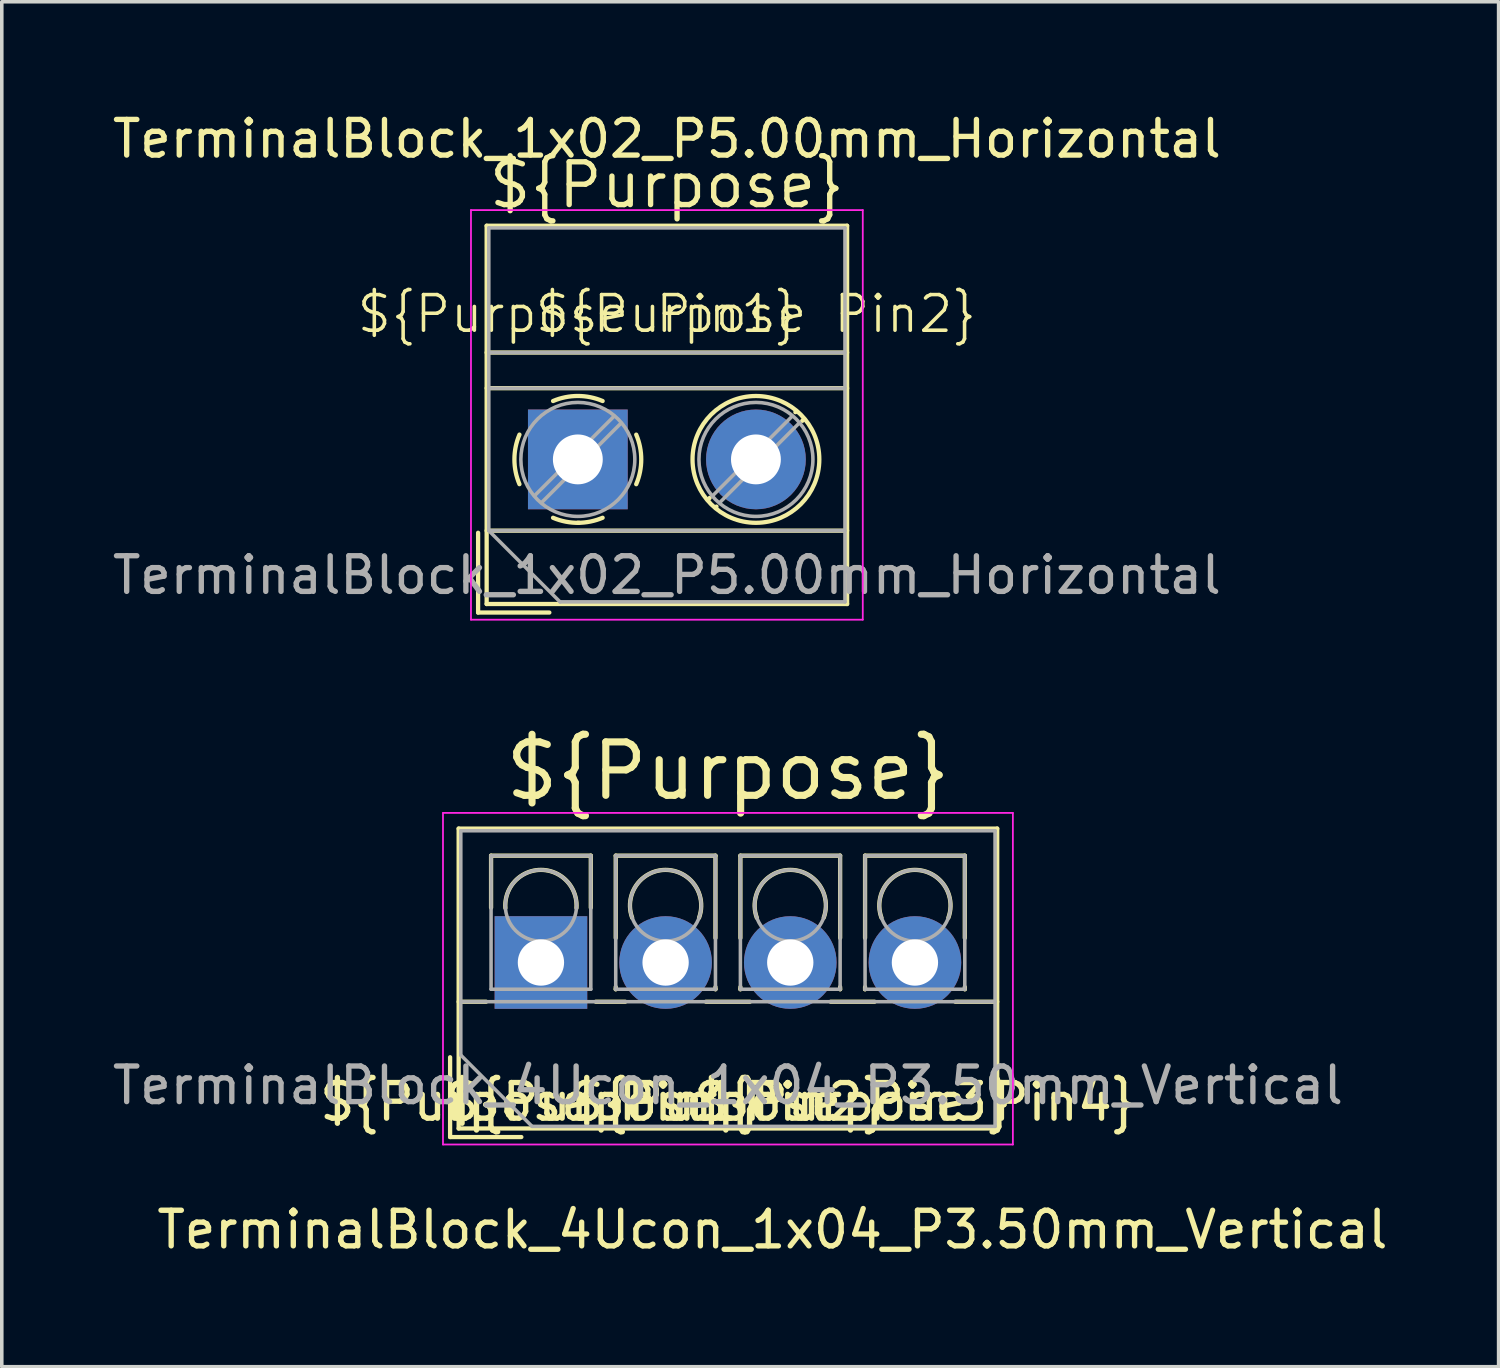
<source format=kicad_pcb>
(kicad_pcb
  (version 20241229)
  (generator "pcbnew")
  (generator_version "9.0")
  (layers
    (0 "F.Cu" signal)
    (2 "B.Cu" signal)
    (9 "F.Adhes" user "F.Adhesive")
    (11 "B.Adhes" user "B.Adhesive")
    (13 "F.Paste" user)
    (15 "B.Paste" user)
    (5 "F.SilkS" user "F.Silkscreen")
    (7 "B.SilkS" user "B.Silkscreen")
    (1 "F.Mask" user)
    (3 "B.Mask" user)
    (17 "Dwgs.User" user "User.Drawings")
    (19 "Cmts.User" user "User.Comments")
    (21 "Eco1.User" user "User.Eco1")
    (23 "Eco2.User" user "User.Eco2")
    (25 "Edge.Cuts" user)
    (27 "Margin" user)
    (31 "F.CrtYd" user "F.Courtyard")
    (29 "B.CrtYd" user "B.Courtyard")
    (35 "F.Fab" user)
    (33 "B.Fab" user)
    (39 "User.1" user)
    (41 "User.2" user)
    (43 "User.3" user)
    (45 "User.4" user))
  (footprint "TerminalBlock_4Ucon_1x04_P3.50mm_Vertical"
    (layer "F.Cu")
    (at 12.137 23.973)
    (property "Reference" "TerminalBlock_4Ucon_1x04_P3.50mm_Vertical" (at 6.5 7.5 0) (layer "F.SilkS") (effects (font (size 1 1) (thickness 0.15))))
    (attr through_hole)
    (fp_line (start -2.55 2.66) (end -2.55 4.9) (stroke (width 0.12) (type solid)) (layer "F.SilkS"))
    (fp_line (start -2.55 4.9) (end -0.55 4.9) (stroke (width 0.12) (type solid)) (layer "F.SilkS"))
    (fp_line (start -2.31 -3.76) (end -2.31 4.66) (stroke (width 0.12) (type solid)) (layer "F.SilkS"))
    (fp_line (start -2.31 -3.76) (end 12.81 -3.76) (stroke (width 0.12) (type solid)) (layer "F.SilkS"))
    (fp_line (start -2.31 1.101) (end -1.54 1.101) (stroke (width 0.12) (type solid)) (layer "F.SilkS"))
    (fp_line (start -2.31 4.66) (end 12.81 4.66) (stroke (width 0.12) (type solid)) (layer "F.SilkS"))
    (fp_line (start -1.4 -3) (end -1.4 -1.54) (stroke (width 0.12) (type solid)) (layer "F.SilkS"))
    (fp_line (start -1.4 -3) (end 1.4 -3) (stroke (width 0.12) (type solid)) (layer "F.SilkS"))
    (fp_line (start 1.4 -3) (end 1.4 -1.54) (stroke (width 0.12) (type solid)) (layer "F.SilkS"))
    (fp_line (start 1.54 1.101) (end 2.367 1.101) (stroke (width 0.12) (type solid)) (layer "F.SilkS"))
    (fp_line (start 2.1 -3) (end 2.1 -0.689) (stroke (width 0.12) (type solid)) (layer "F.SilkS"))
    (fp_line (start 2.1 -3) (end 4.9 -3) (stroke (width 0.12) (type solid)) (layer "F.SilkS"))
    (fp_line (start 2.1 0.689) (end 2.1 0.75) (stroke (width 0.12) (type solid)) (layer "F.SilkS"))
    (fp_line (start 2.1 0.75) (end 2.101 0.75) (stroke (width 0.12) (type solid)) (layer "F.SilkS"))
    (fp_line (start 4.634 1.101) (end 5.867 1.101) (stroke (width 0.12) (type solid)) (layer "F.SilkS"))
    (fp_line (start 4.9 -3) (end 4.9 -0.689) (stroke (width 0.12) (type solid)) (layer "F.SilkS"))
    (fp_line (start 4.9 0.689) (end 4.9 0.75) (stroke (width 0.12) (type solid)) (layer "F.SilkS"))
    (fp_line (start 4.9 0.75) (end 4.9 0.75) (stroke (width 0.12) (type solid)) (layer "F.SilkS"))
    (fp_line (start 5.6 -3) (end 5.6 -0.689) (stroke (width 0.12) (type solid)) (layer "F.SilkS"))
    (fp_line (start 5.6 -3) (end 8.4 -3) (stroke (width 0.12) (type solid)) (layer "F.SilkS"))
    (fp_line (start 5.6 0.689) (end 5.6 0.75) (stroke (width 0.12) (type solid)) (layer "F.SilkS"))
    (fp_line (start 5.6 0.75) (end 5.601 0.75) (stroke (width 0.12) (type solid)) (layer "F.SilkS"))
    (fp_line (start 8.134 1.101) (end 9.367 1.101) (stroke (width 0.12) (type solid)) (layer "F.SilkS"))
    (fp_line (start 8.4 -3) (end 8.4 -0.689) (stroke (width 0.12) (type solid)) (layer "F.SilkS"))
    (fp_line (start 8.4 0.689) (end 8.4 0.75) (stroke (width 0.12) (type solid)) (layer "F.SilkS"))
    (fp_line (start 8.4 0.75) (end 8.4 0.75) (stroke (width 0.12) (type solid)) (layer "F.SilkS"))
    (fp_line (start 9.1 -3) (end 9.1 -0.689) (stroke (width 0.12) (type solid)) (layer "F.SilkS"))
    (fp_line (start 9.1 -3) (end 11.9 -3) (stroke (width 0.12) (type solid)) (layer "F.SilkS"))
    (fp_line (start 9.1 0.689) (end 9.1 0.75) (stroke (width 0.12) (type solid)) (layer "F.SilkS"))
    (fp_line (start 9.1 0.75) (end 9.101 0.75) (stroke (width 0.12) (type solid)) (layer "F.SilkS"))
    (fp_line (start 11.634 1.101) (end 12.81 1.101) (stroke (width 0.12) (type solid)) (layer "F.SilkS"))
    (fp_line (start 11.9 -3) (end 11.9 -0.689) (stroke (width 0.12) (type solid)) (layer "F.SilkS"))
    (fp_line (start 11.9 0.689) (end 11.9 0.75) (stroke (width 0.12) (type solid)) (layer "F.SilkS"))
    (fp_line (start 11.9 0.75) (end 11.9 0.75) (stroke (width 0.12) (type solid)) (layer "F.SilkS"))
    (fp_line (start 12.81 -3.76) (end 12.81 4.66) (stroke (width 0.12) (type solid)) (layer "F.SilkS"))
    (fp_arc (start -0.99789 -1.529434) (mid -0.000785 -2.600382) (end 0.998 -1.531) (stroke (width 0.12) (type solid)) (layer "F.SilkS"))
    (fp_arc (start 2.560085 -1.257767) (mid 3.499876 -2.600282) (end 4.44 -1.258) (stroke (width 0.12) (type solid)) (layer "F.SilkS"))
    (fp_arc (start 6.060085 -1.257767) (mid 6.999876 -2.600282) (end 7.94 -1.258) (stroke (width 0.12) (type solid)) (layer "F.SilkS"))
    (fp_arc (start 9.560085 -1.257767) (mid 10.499876 -2.600282) (end 11.44 -1.258) (stroke (width 0.12) (type solid)) (layer "F.SilkS"))
    (fp_line (start -2.75 -4.2) (end -2.75 5.11) (stroke (width 0.05) (type solid)) (layer "F.CrtYd"))
    (fp_line (start -2.75 5.11) (end 13.25 5.11) (stroke (width 0.05) (type solid)) (layer "F.CrtYd"))
    (fp_line (start 13.25 -4.2) (end -2.75 -4.2) (stroke (width 0.05) (type solid)) (layer "F.CrtYd"))
    (fp_line (start 13.25 5.11) (end 13.25 -4.2) (stroke (width 0.05) (type solid)) (layer "F.CrtYd"))
    (fp_line (start -2.25 -3.7) (end 12.75 -3.7) (stroke (width 0.1) (type solid)) (layer "F.Fab"))
    (fp_line (start -2.25 1.1) (end 12.75 1.1) (stroke (width 0.1) (type solid)) (layer "F.Fab"))
    (fp_line (start -2.25 2.6) (end -2.25 -3.7) (stroke (width 0.1) (type solid)) (layer "F.Fab"))
    (fp_line (start -1.4 -3) (end -1.4 0.75) (stroke (width 0.1) (type solid)) (layer "F.Fab"))
    (fp_line (start -1.4 0.75) (end 1.4 0.75) (stroke (width 0.1) (type solid)) (layer "F.Fab"))
    (fp_line (start -0.25 4.6) (end -2.25 2.6) (stroke (width 0.1) (type solid)) (layer "F.Fab"))
    (fp_line (start 1.4 -3) (end -1.4 -3) (stroke (width 0.1) (type solid)) (layer "F.Fab"))
    (fp_line (start 1.4 0.75) (end 1.4 -3) (stroke (width 0.1) (type solid)) (layer "F.Fab"))
    (fp_line (start 2.1 -3) (end 2.1 0.75) (stroke (width 0.1) (type solid)) (layer "F.Fab"))
    (fp_line (start 2.1 0.75) (end 4.9 0.75) (stroke (width 0.1) (type solid)) (layer "F.Fab"))
    (fp_line (start 4.9 -3) (end 2.1 -3) (stroke (width 0.1) (type solid)) (layer "F.Fab"))
    (fp_line (start 4.9 0.75) (end 4.9 -3) (stroke (width 0.1) (type solid)) (layer "F.Fab"))
    (fp_line (start 5.6 -3) (end 5.6 0.75) (stroke (width 0.1) (type solid)) (layer "F.Fab"))
    (fp_line (start 5.6 0.75) (end 8.4 0.75) (stroke (width 0.1) (type solid)) (layer "F.Fab"))
    (fp_line (start 8.4 -3) (end 5.6 -3) (stroke (width 0.1) (type solid)) (layer "F.Fab"))
    (fp_line (start 8.4 0.75) (end 8.4 -3) (stroke (width 0.1) (type solid)) (layer "F.Fab"))
    (fp_line (start 9.1 -3) (end 9.1 0.75) (stroke (width 0.1) (type solid)) (layer "F.Fab"))
    (fp_line (start 9.1 0.75) (end 11.9 0.75) (stroke (width 0.1) (type solid)) (layer "F.Fab"))
    (fp_line (start 11.9 -3) (end 9.1 -3) (stroke (width 0.1) (type solid)) (layer "F.Fab"))
    (fp_line (start 11.9 0.75) (end 11.9 -3) (stroke (width 0.1) (type solid)) (layer "F.Fab"))
    (fp_line (start 12.75 -3.7) (end 12.75 4.6) (stroke (width 0.1) (type solid)) (layer "F.Fab"))
    (fp_line (start 12.75 4.6) (end -0.25 4.6) (stroke (width 0.1) (type solid)) (layer "F.Fab"))
    (fp_circle (center 0 -1.6) (end 1 -1.6) (stroke (width 0.1) (type solid)) (fill no) (layer "F.Fab"))
    (fp_circle (center 3.5 -1.6) (end 4.5 -1.6) (stroke (width 0.1) (type solid)) (fill no) (layer "F.Fab"))
    (fp_circle (center 7 -1.6) (end 8 -1.6) (stroke (width 0.1) (type solid)) (fill no) (layer "F.Fab"))
    (fp_circle (center 10.5 -1.6) (end 11.5 -1.6) (stroke (width 0.1) (type solid)) (fill no) (layer "F.Fab"))
    (fp_text user "${Purpose Pin4}" (at 10.5 4.5 0) (unlocked yes) (layer "F.SilkS") (effects (font (size 1 1) (thickness 0.15)) (justify bottom)))
    (fp_text user "${Purpose Pin2}" (at 3.5 4.5 0) (unlocked yes) (layer "F.SilkS") (effects (font (size 1 1) (thickness 0.15)) (justify bottom)))
    (fp_text user "${Purpose Pin1}" (at 0 4.5 0) (unlocked yes) (layer "F.SilkS") (effects (font (size 1 1) (thickness 0.15)) (justify bottom)))
    (fp_text user "${Purpose}" (at 5.25 -4.5 0) (unlocked yes) (layer "F.SilkS") (effects (font (size 1.5 1.5) (thickness 0.2)) (justify bottom)))
    (fp_text user "${Purpose Pin3}" (at 7 4.5 0) (unlocked yes) (layer "F.SilkS") (effects (font (size 1 1) (thickness 0.15)) (justify bottom)))
    (fp_text user "${REFERENCE}" (at 5.25 3.45 0) (layer "F.Fab") (effects (font (size 1 1) (thickness 0.15))))
    (pad "1" thru_hole rect (at 0 0) (size 2.6 2.6) (drill 1.3) (layers "*.Cu" "*.Mask"))
    (pad "2" thru_hole circle (at 3.5 0) (size 2.6 2.6) (drill 1.3) (layers "*.Cu" "*.Mask"))
    (pad "3" thru_hole circle (at 7 0) (size 2.6 2.6) (drill 1.3) (layers "*.Cu" "*.Mask"))
    (pad "4" thru_hole circle (at 10.5 0) (size 2.6 2.6) (drill 1.3) (layers "*.Cu" "*.Mask")))
  (footprint "TerminalBlock_1x02_P5.00mm_Horizontal"
    (layer "F.Cu")
    (at 13.173 9.848)
    (property "Reference" "TerminalBlock_1x02_P5.00mm_Horizontal" (at 2.5 -9 0) (layer "F.SilkS") (effects (font (size 1 1) (thickness 0.15))))
    (attr through_hole)
    (fp_line (start -2.8 2.06) (end -2.8 4.3) (stroke (width 0.12) (type solid)) (layer "F.SilkS"))
    (fp_line (start -2.8 4.3) (end -0.8 4.3) (stroke (width 0.12) (type solid)) (layer "F.SilkS"))
    (fp_line (start -2.56 -6.56) (end -2.56 4.06) (stroke (width 0.12) (type solid)) (layer "F.SilkS"))
    (fp_line (start -2.56 -6.56) (end 7.56 -6.56) (stroke (width 0.12) (type solid)) (layer "F.SilkS"))
    (fp_line (start -2.56 -3) (end 7.56 -3) (stroke (width 0.12) (type solid)) (layer "F.SilkS"))
    (fp_line (start -2.56 -2) (end 7.56 -2) (stroke (width 0.12) (type solid)) (layer "F.SilkS"))
    (fp_line (start -2.56 2) (end 7.56 2) (stroke (width 0.12) (type solid)) (layer "F.SilkS"))
    (fp_line (start -2.56 4.06) (end 7.56 4.06) (stroke (width 0.12) (type solid)) (layer "F.SilkS"))
    (fp_line (start 3.7 1.083) (end 3.65 1.133) (stroke (width 0.12) (type solid)) (layer "F.SilkS"))
    (fp_line (start 3.892 1.325) (end 3.868 1.35) (stroke (width 0.12) (type solid)) (layer "F.SilkS"))
    (fp_line (start 6.133 -1.35) (end 6.108 -1.326) (stroke (width 0.12) (type solid)) (layer "F.SilkS"))
    (fp_line (start 6.35 -1.133) (end 6.301 -1.083) (stroke (width 0.12) (type solid)) (layer "F.SilkS"))
    (fp_line (start 7.56 -6.56) (end 7.56 4.06) (stroke (width 0.12) (type solid)) (layer "F.SilkS"))
    (fp_arc (start -1.639206 0.695516) (mid -1.780657 -0.000263) (end -1.639 -0.696) (stroke (width 0.12) (type solid)) (layer "F.SilkS"))
    (fp_arc (start -0.695516 -1.639206) (mid 0.000263 -1.780657) (end 0.696 -1.639) (stroke (width 0.12) (type solid)) (layer "F.SilkS"))
    (fp_arc (start 0.030814 1.78039) (mid -0.340023 1.747891) (end -0.696 1.639) (stroke (width 0.12) (type solid)) (layer "F.SilkS"))
    (fp_arc (start 0.695501 1.638499) (mid 0.354875 1.744266) (end 0 1.78) (stroke (width 0.12) (type solid)) (layer "F.SilkS"))
    (fp_arc (start 1.639206 -0.695516) (mid 1.780657 0.000263) (end 1.639 0.696) (stroke (width 0.12) (type solid)) (layer "F.SilkS"))
    (fp_circle (center 5 0) (end 6.78 0) (stroke (width 0.12) (type solid)) (fill no) (layer "F.SilkS"))
    (fp_line (start -3 -7) (end -3 4.5) (stroke (width 0.05) (type solid)) (layer "F.CrtYd"))
    (fp_line (start -3 4.5) (end 8 4.5) (stroke (width 0.05) (type solid)) (layer "F.CrtYd"))
    (fp_line (start 8 -7) (end -3 -7) (stroke (width 0.05) (type solid)) (layer "F.CrtYd"))
    (fp_line (start 8 4.5) (end 8 -7) (stroke (width 0.05) (type solid)) (layer "F.CrtYd"))
    (fp_line (start -2.5 -6.5) (end 7.5 -6.5) (stroke (width 0.1) (type solid)) (layer "F.Fab"))
    (fp_line (start -2.5 -3) (end 7.5 -3) (stroke (width 0.1) (type solid)) (layer "F.Fab"))
    (fp_line (start -2.5 -2) (end 7.5 -2) (stroke (width 0.1) (type solid)) (layer "F.Fab"))
    (fp_line (start -2.5 2) (end -2.5 -6.5) (stroke (width 0.1) (type solid)) (layer "F.Fab"))
    (fp_line (start -2.5 2) (end 7.5 2) (stroke (width 0.1) (type solid)) (layer "F.Fab"))
    (fp_line (start -0.5 4) (end -2.5 2) (stroke (width 0.1) (type solid)) (layer "F.Fab"))
    (fp_line (start 1.019 -1.214) (end -1.214 1.018) (stroke (width 0.1) (type solid)) (layer "F.Fab"))
    (fp_line (start 1.214 -1.019) (end -1.019 1.214) (stroke (width 0.1) (type solid)) (layer "F.Fab"))
    (fp_line (start 6.019 -1.214) (end 3.787 1.018) (stroke (width 0.1) (type solid)) (layer "F.Fab"))
    (fp_line (start 6.214 -1.019) (end 3.982 1.214) (stroke (width 0.1) (type solid)) (layer "F.Fab"))
    (fp_line (start 7.5 -6.5) (end 7.5 4) (stroke (width 0.1) (type solid)) (layer "F.Fab"))
    (fp_line (start 7.5 4) (end -0.5 4) (stroke (width 0.1) (type solid)) (layer "F.Fab"))
    (fp_circle (center 0 0) (end 1.6 0) (stroke (width 0.1) (type solid)) (fill no) (layer "F.Fab"))
    (fp_circle (center 5 0) (end 6.6 0) (stroke (width 0.1) (type solid)) (fill no) (layer "F.Fab"))
    (fp_text user "${Purpose Pin2}" (at 5 -3.5 0) (unlocked yes) (layer "F.SilkS") (effects (font (size 1 1) (thickness 0.1)) (justify bottom)))
    (fp_text user "${Purpose}" (at 2.5 -7 0) (unlocked yes) (layer "F.SilkS") (effects (font (size 1.2 1.2) (thickness 0.15)) (justify bottom)))
    (fp_text user "${Purpose Pin1}" (at 0 -3.5 0) (unlocked yes) (layer "F.SilkS") (effects (font (size 1 1) (thickness 0.1)) (justify bottom)))
    (fp_text user "${REFERENCE}" (at 2.5 3.25 0) (layer "F.Fab") (effects (font (size 1 1) (thickness 0.15))))
    (pad "1" thru_hole rect (at 0 0) (size 2.8 2.8) (drill 1.4) (layers "*.Cu" "*.Mask"))
    (pad "2" thru_hole circle (at 5 0) (size 2.8 2.8) (drill 1.4) (layers "*.Cu" "*.Mask")))
  (gr_rect
    (start -3 -3)
    (end 39.024 35.322)
    (stroke (width 0.1) (type default))
    (fill no)
    (layer "Edge.Cuts")))
</source>
